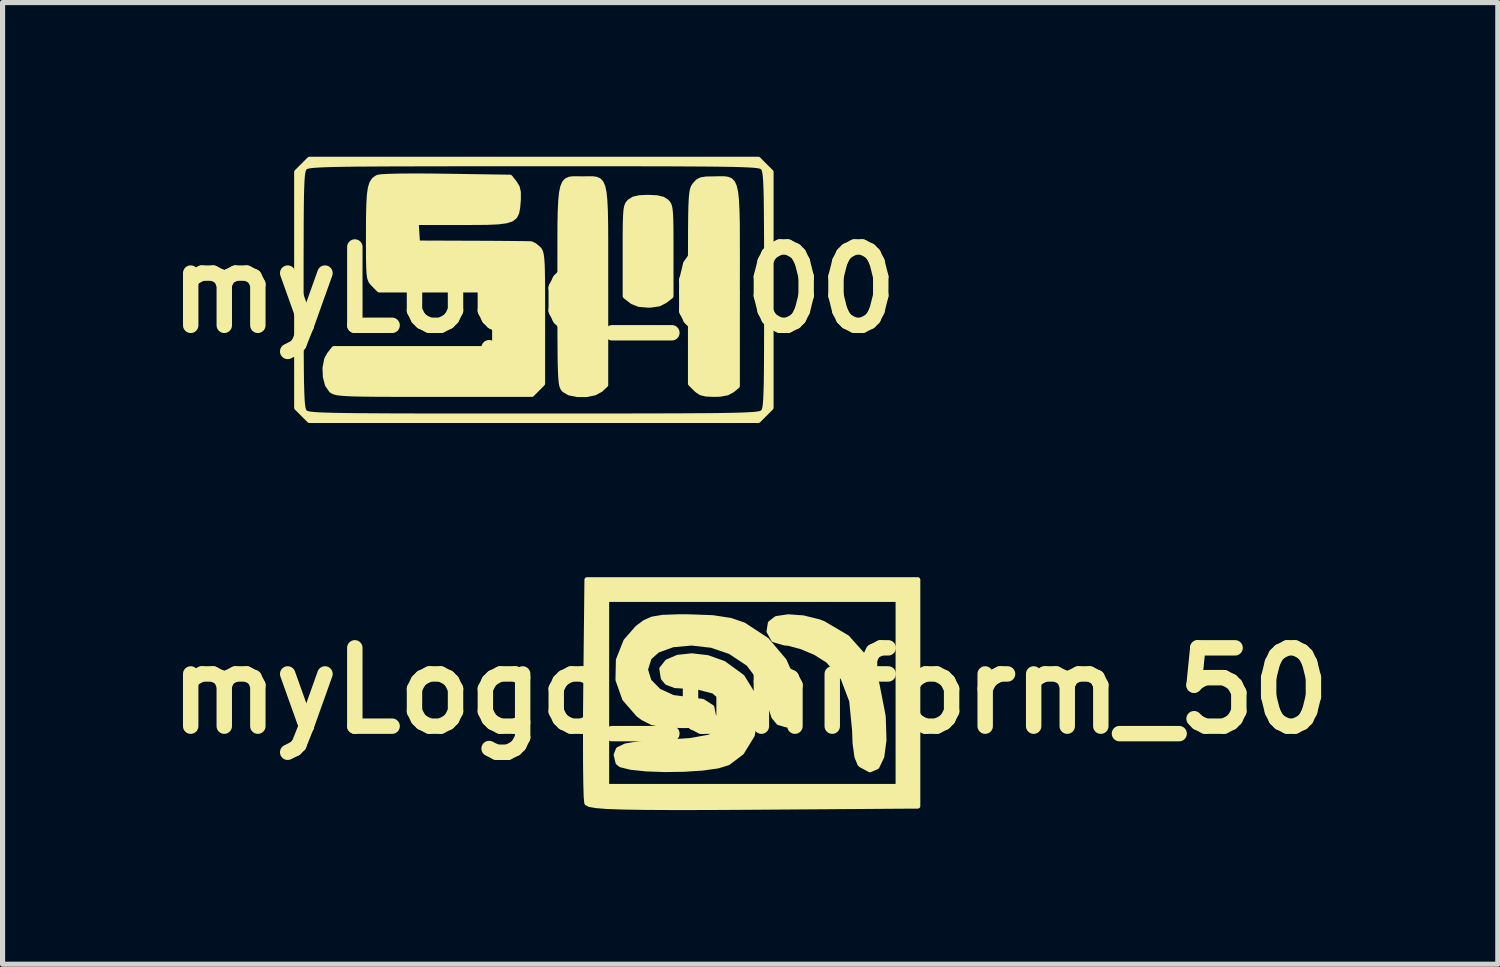
<source format=kicad_pcb>
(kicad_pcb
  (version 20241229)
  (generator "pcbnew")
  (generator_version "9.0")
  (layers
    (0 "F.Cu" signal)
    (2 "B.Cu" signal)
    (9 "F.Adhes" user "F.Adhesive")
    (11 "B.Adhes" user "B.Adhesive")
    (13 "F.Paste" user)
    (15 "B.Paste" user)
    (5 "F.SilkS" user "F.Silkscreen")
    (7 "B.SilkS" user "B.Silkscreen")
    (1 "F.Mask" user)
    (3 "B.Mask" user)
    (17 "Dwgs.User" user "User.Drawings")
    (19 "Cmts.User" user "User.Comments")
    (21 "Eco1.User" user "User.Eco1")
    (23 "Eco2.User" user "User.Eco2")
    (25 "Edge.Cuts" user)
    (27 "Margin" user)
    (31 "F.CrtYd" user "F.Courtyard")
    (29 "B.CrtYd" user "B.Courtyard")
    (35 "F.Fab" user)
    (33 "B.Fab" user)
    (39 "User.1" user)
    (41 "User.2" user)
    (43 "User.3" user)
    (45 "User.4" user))
  (footprint "myLogo_600"
    (layer "F.Cu")
    (at 7.337 2.59)
    (property "Reference" "myLogo_600" (at 0 0 0) (layer "F.SilkS") (effects (font (size 1.524 1.524) (thickness 0.3))))
    (attr through_hole)
    (fp_poly (pts (xy 2.667 0.121) (xy 2.555 0.209) (xy 2.436 0.271) (xy 2.274 0.295) (xy 2.223 0.296) (xy 2.045 0.281) (xy 1.917 0.229) (xy 1.89 0.209) (xy 1.778 0.121) (xy 1.778 -0.759) (xy 1.778 -1.053) (xy 1.78 -1.275) (xy 1.785 -1.436) (xy 1.793 -1.548) (xy 1.806 -1.621) (xy 1.825 -1.669) (xy 1.851 -1.703) (xy 1.867 -1.719) (xy 1.947 -1.768) (xy 2.065 -1.793) (xy 2.223 -1.799) (xy 2.394 -1.791) (xy 2.507 -1.764) (xy 2.578 -1.719) (xy 2.608 -1.688) (xy 2.63 -1.649) (xy 2.646 -1.59) (xy 2.656 -1.499) (xy 2.663 -1.366) (xy 2.666 -1.177) (xy 2.667 -0.921) (xy 2.667 -0.759) (xy 2.667 0.121)) (stroke (width 0.1) (type solid)) (fill yes) (layer "F.SilkS"))
    (fp_poly (pts (xy 3.959 -0.566) (xy 3.958 -0.095) (xy 3.958 -0.055) (xy 3.958 1.87) (xy 3.858 1.951) (xy 3.759 2.004) (xy 3.617 2.029) (xy 3.507 2.032) (xy 3.353 2.026) (xy 3.252 2.001) (xy 3.175 1.95) (xy 3.152 1.928) (xy 3.048 1.824) (xy 3.048 -0.056) (xy 3.048 -0.504) (xy 3.049 -0.875) (xy 3.05 -1.177) (xy 3.052 -1.418) (xy 3.056 -1.605) (xy 3.062 -1.747) (xy 3.07 -1.85) (xy 3.08 -1.923) (xy 3.093 -1.974) (xy 3.11 -2.01) (xy 3.13 -2.04) (xy 3.136 -2.047) (xy 3.192 -2.108) (xy 3.256 -2.141) (xy 3.355 -2.156) (xy 3.51 -2.159) (xy 3.612 -2.161) (xy 3.697 -2.161) (xy 3.767 -2.152) (xy 3.823 -2.129) (xy 3.867 -2.083) (xy 3.9 -2.009) (xy 3.925 -1.898) (xy 3.941 -1.745) (xy 3.951 -1.542) (xy 3.957 -1.282) (xy 3.958 -0.959) (xy 3.959 -0.566)) (stroke (width 0.1) (type solid)) (fill yes) (layer "F.SilkS"))
    (fp_poly (pts (xy 1.397 -0.559) (xy 1.397 -0.086) (xy 1.397 -0.071) (xy 1.397 1.848) (xy 1.299 1.94) (xy 1.183 2.003) (xy 1.023 2.035) (xy 0.85 2.036) (xy 0.694 2.005) (xy 0.593 1.947) (xy 0.573 1.925) (xy 0.556 1.896) (xy 0.543 1.853) (xy 0.532 1.788) (xy 0.524 1.694) (xy 0.518 1.564) (xy 0.513 1.389) (xy 0.511 1.162) (xy 0.509 0.876) (xy 0.508 0.522) (xy 0.508 0.094) (xy 0.508 -0.064) (xy 0.508 -0.539) (xy 0.508 -0.938) (xy 0.509 -1.265) (xy 0.514 -1.528) (xy 0.524 -1.734) (xy 0.54 -1.891) (xy 0.563 -2.003) (xy 0.596 -2.08) (xy 0.639 -2.127) (xy 0.694 -2.152) (xy 0.763 -2.161) (xy 0.846 -2.161) (xy 0.946 -2.159) (xy 0.953 -2.159) (xy 1.054 -2.161) (xy 1.138 -2.161) (xy 1.208 -2.152) (xy 1.264 -2.129) (xy 1.307 -2.083) (xy 1.34 -2.008) (xy 1.364 -1.897) (xy 1.38 -1.743) (xy 1.39 -1.539) (xy 1.395 -1.278) (xy 1.397 -0.954) (xy 1.397 -0.559)) (stroke (width 0.1) (type solid)) (fill yes) (layer "F.SilkS"))
    (fp_poly (pts (xy 0.169 1.824) (xy 0.065 1.928) (xy -0.038 2.032) (xy -1.941 2.032) (xy -2.393 2.032) (xy -2.768 2.031) (xy -3.074 2.03) (xy -3.318 2.027) (xy -3.509 2.023) (xy -3.652 2.017) (xy -3.757 2.009) (xy -3.831 1.999) (xy -3.882 1.986) (xy -3.916 1.97) (xy -3.94 1.954) (xy -4.015 1.846) (xy -4.056 1.69) (xy -4.062 1.516) (xy -4.031 1.355) (xy -3.98 1.259) (xy -3.889 1.143) (xy -2.325 1.143) (xy -0.762 1.143) (xy -0.762 0.572) (xy -0.762 0) (xy -1.886 0) (xy -3.01 0) (xy -3.113 -0.104) (xy -3.148 -0.141) (xy -3.174 -0.18) (xy -3.193 -0.233) (xy -3.205 -0.313) (xy -3.212 -0.431) (xy -3.216 -0.6) (xy -3.217 -0.832) (xy -3.217 -1.076) (xy -3.216 -1.403) (xy -3.21 -1.656) (xy -3.199 -1.845) (xy -3.18 -1.982) (xy -3.151 -2.075) (xy -3.111 -2.137) (xy -3.059 -2.177) (xy -3.033 -2.19) (xy -2.965 -2.2) (xy -2.821 -2.208) (xy -2.61 -2.213) (xy -2.341 -2.215) (xy -2.023 -2.214) (xy -1.703 -2.21) (xy -0.463 -2.191) (xy -0.376 -2.08) (xy -0.325 -1.997) (xy -0.303 -1.9) (xy -0.303 -1.757) (xy -0.306 -1.719) (xy -0.317 -1.594) (xy -0.336 -1.498) (xy -0.373 -1.427) (xy -0.439 -1.376) (xy -0.543 -1.344) (xy -0.696 -1.324) (xy -0.906 -1.315) (xy -1.185 -1.313) (xy -1.404 -1.312) (xy -2.291 -1.312) (xy -2.278 -1.111) (xy -2.265 -0.91) (xy -1.185 -0.906) (xy -0.889 -0.905) (xy -0.62 -0.903) (xy -0.39 -0.901) (xy -0.211 -0.899) (xy -0.094 -0.897) (xy -0.053 -0.896) (xy 0.014 -0.863) (xy 0.085 -0.804) (xy 0.109 -0.777) (xy 0.128 -0.741) (xy 0.142 -0.688) (xy 0.153 -0.608) (xy 0.161 -0.491) (xy 0.165 -0.328) (xy 0.168 -0.109) (xy 0.169 0.175) (xy 0.169 0.533) (xy 0.169 0.552) (xy 0.169 1.824)) (stroke (width 0.1) (type solid)) (fill yes) (layer "F.SilkS"))
    (fp_poly (pts (xy 4.614 2.293) (xy 4.53 2.377) (xy 4.53 0.007) (xy 4.529 -0.497) (xy 4.529 -0.923) (xy 4.527 -1.278) (xy 4.525 -1.569) (xy 4.522 -1.802) (xy 4.517 -1.985) (xy 4.511 -2.123) (xy 4.503 -2.223) (xy 4.493 -2.293) (xy 4.481 -2.339) (xy 4.467 -2.368) (xy 4.46 -2.378) (xy 4.446 -2.39) (xy 4.424 -2.401) (xy 4.39 -2.411) (xy 4.338 -2.42) (xy 4.265 -2.427) (xy 4.164 -2.433) (xy 4.032 -2.438) (xy 3.863 -2.443) (xy 3.652 -2.446) (xy 3.394 -2.449) (xy 3.086 -2.451) (xy 2.72 -2.453) (xy 2.294 -2.454) (xy 1.802 -2.455) (xy 1.239 -2.455) (xy 0.6 -2.455) (xy 0.007 -2.455) (xy -0.701 -2.455) (xy -1.329 -2.455) (xy -1.883 -2.454) (xy -2.366 -2.453) (xy -2.784 -2.452) (xy -3.141 -2.45) (xy -3.443 -2.448) (xy -3.694 -2.445) (xy -3.899 -2.441) (xy -4.062 -2.436) (xy -4.19 -2.43) (xy -4.286 -2.424) (xy -4.355 -2.416) (xy -4.402 -2.407) (xy -4.433 -2.397) (xy -4.451 -2.386) (xy -4.452 -2.385) (xy -4.469 -2.366) (xy -4.483 -2.338) (xy -4.495 -2.293) (xy -4.505 -2.226) (xy -4.512 -2.128) (xy -4.518 -1.994) (xy -4.523 -1.817) (xy -4.526 -1.589) (xy -4.528 -1.304) (xy -4.529 -0.956) (xy -4.53 -0.537) (xy -4.53 -0.04) (xy -4.53 -0.007) (xy -4.529 0.497) (xy -4.529 0.923) (xy -4.527 1.278) (xy -4.525 1.569) (xy -4.522 1.802) (xy -4.517 1.985) (xy -4.511 2.123) (xy -4.503 2.223) (xy -4.493 2.293) (xy -4.481 2.339) (xy -4.467 2.368) (xy -4.46 2.378) (xy -4.446 2.39) (xy -4.424 2.401) (xy -4.39 2.411) (xy -4.338 2.42) (xy -4.265 2.427) (xy -4.164 2.433) (xy -4.032 2.438) (xy -3.863 2.443) (xy -3.652 2.446) (xy -3.394 2.449) (xy -3.086 2.451) (xy -2.72 2.453) (xy -2.294 2.454) (xy -1.802 2.455) (xy -1.239 2.455) (xy -0.6 2.455) (xy -0.007 2.455) (xy 0.701 2.455) (xy 1.329 2.455) (xy 1.883 2.454) (xy 2.366 2.453) (xy 2.784 2.452) (xy 3.141 2.45) (xy 3.443 2.448) (xy 3.694 2.445) (xy 3.899 2.441) (xy 4.062 2.436) (xy 4.19 2.43) (xy 4.286 2.424) (xy 4.355 2.416) (xy 4.402 2.407) (xy 4.433 2.397) (xy 4.451 2.386) (xy 4.452 2.385) (xy 4.469 2.366) (xy 4.483 2.338) (xy 4.495 2.293) (xy 4.505 2.226) (xy 4.512 2.128) (xy 4.518 1.994) (xy 4.523 1.817) (xy 4.526 1.589) (xy 4.528 1.304) (xy 4.529 0.956) (xy 4.53 0.537) (xy 4.53 0.04) (xy 4.53 0.007) (xy 4.53 2.377) (xy 4.491 2.416) (xy 4.367 2.54) (xy 0 2.54) (xy -4.367 2.54) (xy -4.491 2.416) (xy -4.614 2.293) (xy -4.614 -0.000001) (xy -4.614 -2.293) (xy -4.491 -2.416) (xy -4.367 -2.54) (xy 0 -2.54) (xy 4.367 -2.54) (xy 4.491 -2.416) (xy 4.614 -2.293) (xy 4.614 -0.000001) (xy 4.614 2.293)) (stroke (width 0.1) (type solid)) (fill yes) (layer "F.SilkS")))
  (footprint "myLogo_uniform_50"
    (layer "F.Cu")
    (at 11.546 10.389)
    (property "Reference" "myLogo_uniform_50" (at 0 0 0) (layer "F.SilkS") (effects (font (size 1.524 1.524) (thickness 0.3))))
    (attr through_hole)
    (fp_poly (pts (xy 2.602 0.96) (xy 2.559 1.282) (xy 2.465 1.479) (xy 2.328 1.537) (xy 2.155 1.443) (xy 2.134 1.422) (xy 2.078 1.284) (xy 2.042 1.025) (xy 2.032 0.763) (xy 1.976 0.195) (xy 1.806 -0.252) (xy 1.517 -0.586) (xy 1.273 -0.741) (xy 1.002 -0.855) (xy 0.752 -0.923) (xy 0.668 -0.931) (xy 0.458 -0.993) (xy 0.368 -1.154) (xy 0.393 -1.312) (xy 0.51 -1.403) (xy 0.739 -1.437) (xy 1.031 -1.416) (xy 1.338 -1.34) (xy 1.421 -1.308) (xy 1.884 -1.035) (xy 2.23 -0.649) (xy 2.462 -0.143) (xy 2.585 0.488) (xy 2.588 0.524) (xy 2.602 0.96)) (stroke (width 0.1) (type solid)) (fill yes) (layer "F.SilkS"))
    (fp_poly (pts (xy 3.26 2.244) (xy 2.879 2.246) (xy 2.879 1.863) (xy 2.879 0.042) (xy 2.879 -1.778) (xy 0.042 -1.778) (xy -2.794 -1.778) (xy -2.794 0.042) (xy -2.794 1.863) (xy 0.042 1.863) (xy 2.879 1.863) (xy 2.879 2.246) (xy 0.061 2.266) (xy -0.792 2.271) (xy -1.49 2.272) (xy -2.046 2.269) (xy -2.473 2.262) (xy -2.787 2.251) (xy -2.999 2.234) (xy -3.125 2.212) (xy -3.177 2.184) (xy -3.179 2.18) (xy -3.189 2.068) (xy -3.197 1.811) (xy -3.202 1.434) (xy -3.203 0.96) (xy -3.202 0.414) (xy -3.198 -0.044) (xy -3.175 -2.159) (xy 0.042 -2.159) (xy 3.26 -2.159) (xy 3.26 0.042) (xy 3.26 2.244)) (stroke (width 0.1) (type solid)) (fill yes) (layer "F.SilkS"))
    (fp_poly (pts (xy 0.113 0.444) (xy 0.04 0.863) (xy -0.167 1.201) (xy -0.432 1.401) (xy -0.63 1.462) (xy -0.928 1.504) (xy -1.286 1.527) (xy -1.664 1.533) (xy -2.021 1.52) (xy -2.318 1.489) (xy -2.515 1.441) (xy -2.571 1.397) (xy -2.606 1.248) (xy -2.564 1.143) (xy -2.421 1.075) (xy -2.158 1.032) (xy -1.751 1.006) (xy -1.652 1.002) (xy -1.153 0.969) (xy -0.801 0.905) (xy -0.575 0.802) (xy -0.456 0.651) (xy -0.423 0.453) (xy -0.497 0.188) (xy -0.709 0.008) (xy -1.044 -0.079) (xy -1.182 -0.085) (xy -1.459 -0.101) (xy -1.617 -0.16) (xy -1.69 -0.248) (xy -1.718 -0.426) (xy -1.612 -0.562) (xy -1.407 -0.649) (xy -1.135 -0.678) (xy -0.829 -0.642) (xy -0.522 -0.533) (xy -0.514 -0.529) (xy -0.156 -0.268) (xy 0.053 0.072) (xy 0.113 0.444)) (stroke (width 0.1) (type solid)) (fill yes) (layer "F.SilkS"))
    (fp_poly (pts (xy 0.931 0.342) (xy 0.923 0.561) (xy 0.875 0.655) (xy 0.758 0.667) (xy 0.704 0.662) (xy 0.555 0.619) (xy 0.461 0.505) (xy 0.384 0.273) (xy 0.376 0.242) (xy 0.212 -0.203) (xy -0.034 -0.526) (xy -0.387 -0.761) (xy -0.75 -0.885) (xy -1.139 -0.929) (xy -1.506 -0.896) (xy -1.804 -0.788) (xy -1.967 -0.643) (xy -2.039 -0.411) (xy -1.969 -0.185) (xy -1.782 0.006) (xy -1.505 0.133) (xy -1.227 0.169) (xy -0.924 0.21) (xy -0.748 0.322) (xy -0.713 0.494) (xy -0.727 0.54) (xy -0.795 0.617) (xy -0.948 0.66) (xy -1.223 0.676) (xy -1.343 0.676) (xy -1.677 0.665) (xy -1.905 0.62) (xy -2.088 0.527) (xy -2.174 0.463) (xy -2.441 0.156) (xy -2.571 -0.212) (xy -2.563 -0.598) (xy -2.418 -0.964) (xy -2.193 -1.221) (xy -2.05 -1.328) (xy -1.903 -1.393) (xy -1.704 -1.426) (xy -1.407 -1.437) (xy -1.2 -1.437) (xy -0.731 -1.42) (xy -0.383 -1.367) (xy -0.127 -1.279) (xy 0.321 -0.985) (xy 0.66 -0.584) (xy 0.87 -0.108) (xy 0.931 0.342)) (stroke (width 0.1) (type solid)) (fill yes) (layer "F.SilkS")))
  (gr_rect
    (start -3 -3)
    (end 26.092 15.711)
    (stroke (width 0.1) (type default))
    (fill no)
    (layer "Edge.Cuts")))
</source>
